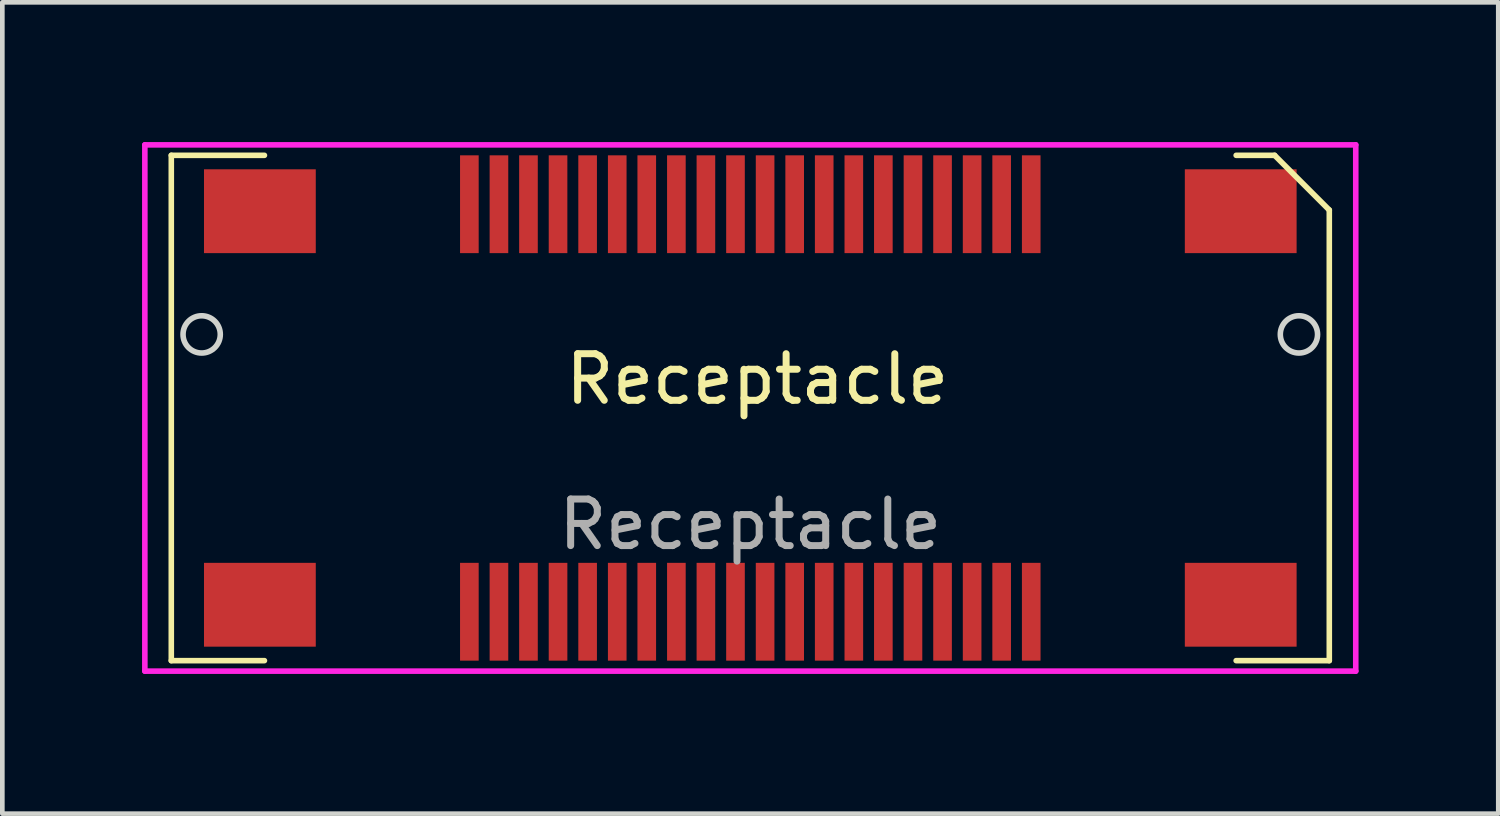
<source format=kicad_pcb>
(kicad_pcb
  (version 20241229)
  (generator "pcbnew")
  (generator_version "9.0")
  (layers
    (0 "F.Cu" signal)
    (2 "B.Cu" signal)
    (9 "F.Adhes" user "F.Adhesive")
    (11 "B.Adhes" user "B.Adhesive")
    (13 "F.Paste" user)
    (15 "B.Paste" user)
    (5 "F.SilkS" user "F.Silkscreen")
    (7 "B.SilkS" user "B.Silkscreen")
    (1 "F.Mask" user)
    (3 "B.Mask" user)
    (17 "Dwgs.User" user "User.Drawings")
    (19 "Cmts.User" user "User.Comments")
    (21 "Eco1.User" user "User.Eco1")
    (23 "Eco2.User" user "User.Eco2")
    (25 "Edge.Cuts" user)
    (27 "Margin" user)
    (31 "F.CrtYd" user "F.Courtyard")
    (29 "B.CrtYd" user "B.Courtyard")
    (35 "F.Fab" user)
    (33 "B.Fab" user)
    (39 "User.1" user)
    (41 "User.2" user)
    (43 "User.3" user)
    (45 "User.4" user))
  (footprint "Receptacle"
    (layer "F.Cu")
    (at 13.06 5.71)
    (property "Reference" "Receptacle" (at 0.15 -0.62 0) (unlocked yes) (layer "F.SilkS") (effects (font (size 1 1) (thickness 0.15))))
    (attr smd)
    (fp_line (start -12.432 -5.425) (end -10.432 -5.425) (stroke (width 0.12) (type solid)) (layer "F.SilkS"))
    (fp_line (start -12.432 5.425) (end -12.432 -5.425) (stroke (width 0.12) (type solid)) (layer "F.SilkS"))
    (fp_line (start -12.432 5.425) (end -10.432 5.425) (stroke (width 0.12) (type solid)) (layer "F.SilkS"))
    (fp_line (start 11.258 -5.425) (end 10.432 -5.425) (stroke (width 0.12) (type solid)) (layer "F.SilkS"))
    (fp_line (start 12.432 -4.25) (end 11.258 -5.425) (stroke (width 0.12) (type solid)) (layer "F.SilkS"))
    (fp_line (start 12.432 -4.25) (end 12.432 5.425) (stroke (width 0.12) (type solid)) (layer "F.SilkS"))
    (fp_line (start 12.432 5.425) (end 10.432 5.425) (stroke (width 0.12) (type solid)) (layer "F.SilkS"))
    (fp_circle (center -11.78 -1.58) (end -11.38 -1.58) (stroke (width 0.12) (type solid)) (fill no) (layer "Edge.Cuts"))
    (fp_circle (center 11.78 -1.58) (end 12.18 -1.58) (stroke (width 0.12) (type solid)) (fill no) (layer "Edge.Cuts"))
    (fp_line (start -13 -5.65) (end -13 5.65) (stroke (width 0.12) (type solid)) (layer "F.CrtYd"))
    (fp_line (start -13 -5.65) (end 13 -5.65) (stroke (width 0.12) (type solid)) (layer "F.CrtYd"))
    (fp_line (start -13 5.65) (end 13 5.65) (stroke (width 0.12) (type solid)) (layer "F.CrtYd"))
    (fp_rect (start 13 -5.65) (end 13 5.65) (stroke (width 0.12) (type solid)) (fill no) (layer "F.CrtYd"))
    (fp_text user "${REFERENCE}" (at 0 2.5 0) (unlocked yes) (layer "F.Fab") (effects (font (size 1 1) (thickness 0.15))))
    (pad "1" smd rect (at 6.032 -4.375 90) (size 2.1 0.4) (layers "F.Cu" "F.Mask" "F.Paste"))
    (pad "2" smd rect (at 5.397 -4.375 90) (size 2.1 0.4) (layers "F.Cu" "F.Mask" "F.Paste"))
    (pad "3" smd rect (at 4.763 -4.375 90) (size 2.1 0.4) (layers "F.Cu" "F.Mask" "F.Paste"))
    (pad "4" smd rect (at 4.128 -4.375 90) (size 2.1 0.4) (layers "F.Cu" "F.Mask" "F.Paste"))
    (pad "5" smd rect (at 3.493 -4.375 90) (size 2.1 0.4) (layers "F.Cu" "F.Mask" "F.Paste"))
    (pad "6" smd rect (at 2.857 -4.375 90) (size 2.1 0.4) (layers "F.Cu" "F.Mask" "F.Paste"))
    (pad "7" smd rect (at 2.223 -4.375 90) (size 2.1 0.4) (layers "F.Cu" "F.Mask" "F.Paste"))
    (pad "8" smd rect (at 1.587 -4.375 90) (size 2.1 0.4) (layers "F.Cu" "F.Mask" "F.Paste"))
    (pad "9" smd rect (at 0.953 -4.375 90) (size 2.1 0.4) (layers "F.Cu" "F.Mask" "F.Paste"))
    (pad "10" smd rect (at 0.318 -4.375 90) (size 2.1 0.4) (layers "F.Cu" "F.Mask" "F.Paste"))
    (pad "11" smd rect (at -0.318 -4.375 90) (size 2.1 0.4) (layers "F.Cu" "F.Mask" "F.Paste"))
    (pad "12" smd rect (at -0.953 -4.375 90) (size 2.1 0.4) (layers "F.Cu" "F.Mask" "F.Paste"))
    (pad "13" smd rect (at -1.587 -4.375 90) (size 2.1 0.4) (layers "F.Cu" "F.Mask" "F.Paste"))
    (pad "14" smd rect (at -2.223 -4.375 90) (size 2.1 0.4) (layers "F.Cu" "F.Mask" "F.Paste"))
    (pad "15" smd rect (at -2.857 -4.375 90) (size 2.1 0.4) (layers "F.Cu" "F.Mask" "F.Paste"))
    (pad "16" smd rect (at -3.493 -4.375 90) (size 2.1 0.4) (layers "F.Cu" "F.Mask" "F.Paste"))
    (pad "17" smd rect (at -4.128 -4.375 90) (size 2.1 0.4) (layers "F.Cu" "F.Mask" "F.Paste"))
    (pad "18" smd rect (at -4.763 -4.375 90) (size 2.1 0.4) (layers "F.Cu" "F.Mask" "F.Paste"))
    (pad "19" smd rect (at -5.397 -4.375 90) (size 2.1 0.4) (layers "F.Cu" "F.Mask" "F.Paste"))
    (pad "20" smd rect (at -6.032 -4.375 90) (size 2.1 0.4) (layers "F.Cu" "F.Mask" "F.Paste"))
    (pad "21" smd rect (at -6.032 4.375 90) (size 2.1 0.4) (layers "F.Cu" "F.Mask" "F.Paste"))
    (pad "22" smd rect (at -5.397 4.375 90) (size 2.1 0.4) (layers "F.Cu" "F.Mask" "F.Paste"))
    (pad "23" smd rect (at -4.763 4.375 90) (size 2.1 0.4) (layers "F.Cu" "F.Mask" "F.Paste"))
    (pad "24" smd rect (at -4.128 4.375 90) (size 2.1 0.4) (layers "F.Cu" "F.Mask" "F.Paste"))
    (pad "25" smd rect (at -3.493 4.375 90) (size 2.1 0.4) (layers "F.Cu" "F.Mask" "F.Paste"))
    (pad "26" smd rect (at -2.857 4.375 90) (size 2.1 0.4) (layers "F.Cu" "F.Mask" "F.Paste"))
    (pad "27" smd rect (at -2.223 4.375 90) (size 2.1 0.4) (layers "F.Cu" "F.Mask" "F.Paste"))
    (pad "28" smd rect (at -1.587 4.375 90) (size 2.1 0.4) (layers "F.Cu" "F.Mask" "F.Paste"))
    (pad "29" smd rect (at -0.953 4.375 90) (size 2.1 0.4) (layers "F.Cu" "F.Mask" "F.Paste"))
    (pad "30" smd rect (at -0.318 4.375 90) (size 2.1 0.4) (layers "F.Cu" "F.Mask" "F.Paste"))
    (pad "31" smd rect (at 0.318 4.375 90) (size 2.1 0.4) (layers "F.Cu" "F.Mask" "F.Paste"))
    (pad "32" smd rect (at 0.953 4.375 90) (size 2.1 0.4) (layers "F.Cu" "F.Mask" "F.Paste"))
    (pad "33" smd rect (at 1.587 4.375 90) (size 2.1 0.4) (layers "F.Cu" "F.Mask" "F.Paste"))
    (pad "34" smd rect (at 2.223 4.375 90) (size 2.1 0.4) (layers "F.Cu" "F.Mask" "F.Paste"))
    (pad "35" smd rect (at 2.857 4.375 90) (size 2.1 0.4) (layers "F.Cu" "F.Mask" "F.Paste"))
    (pad "36" smd rect (at 3.493 4.375 90) (size 2.1 0.4) (layers "F.Cu" "F.Mask" "F.Paste"))
    (pad "37" smd rect (at 4.128 4.375 90) (size 2.1 0.4) (layers "F.Cu" "F.Mask" "F.Paste"))
    (pad "38" smd rect (at 4.763 4.375 90) (size 2.1 0.4) (layers "F.Cu" "F.Mask" "F.Paste"))
    (pad "39" smd rect (at 5.397 4.375 90) (size 2.1 0.4) (layers "F.Cu" "F.Mask" "F.Paste"))
    (pad "40" smd rect (at 6.032 4.375 90) (size 2.1 0.4) (layers "F.Cu" "F.Mask" "F.Paste"))
    (pad "GND" smd rect (at -10.53 -4.225) (size 2.4 1.8) (layers "F.Cu" "F.Mask" "F.Paste"))
    (pad "GND" smd rect (at -10.53 4.225) (size 2.4 1.8) (layers "F.Cu" "F.Mask" "F.Paste"))
    (pad "GND" smd rect (at 10.53 -4.225) (size 2.4 1.8) (layers "F.Cu" "F.Mask" "F.Paste"))
    (pad "GND" smd rect (at 10.53 4.225) (size 2.4 1.8) (layers "*.Paste" "F.Cu" "F.Mask")))
  (gr_rect
    (start -3 -3)
    (end 29.12 14.42)
    (stroke (width 0.1) (type default))
    (fill no)
    (layer "Edge.Cuts")))
</source>
